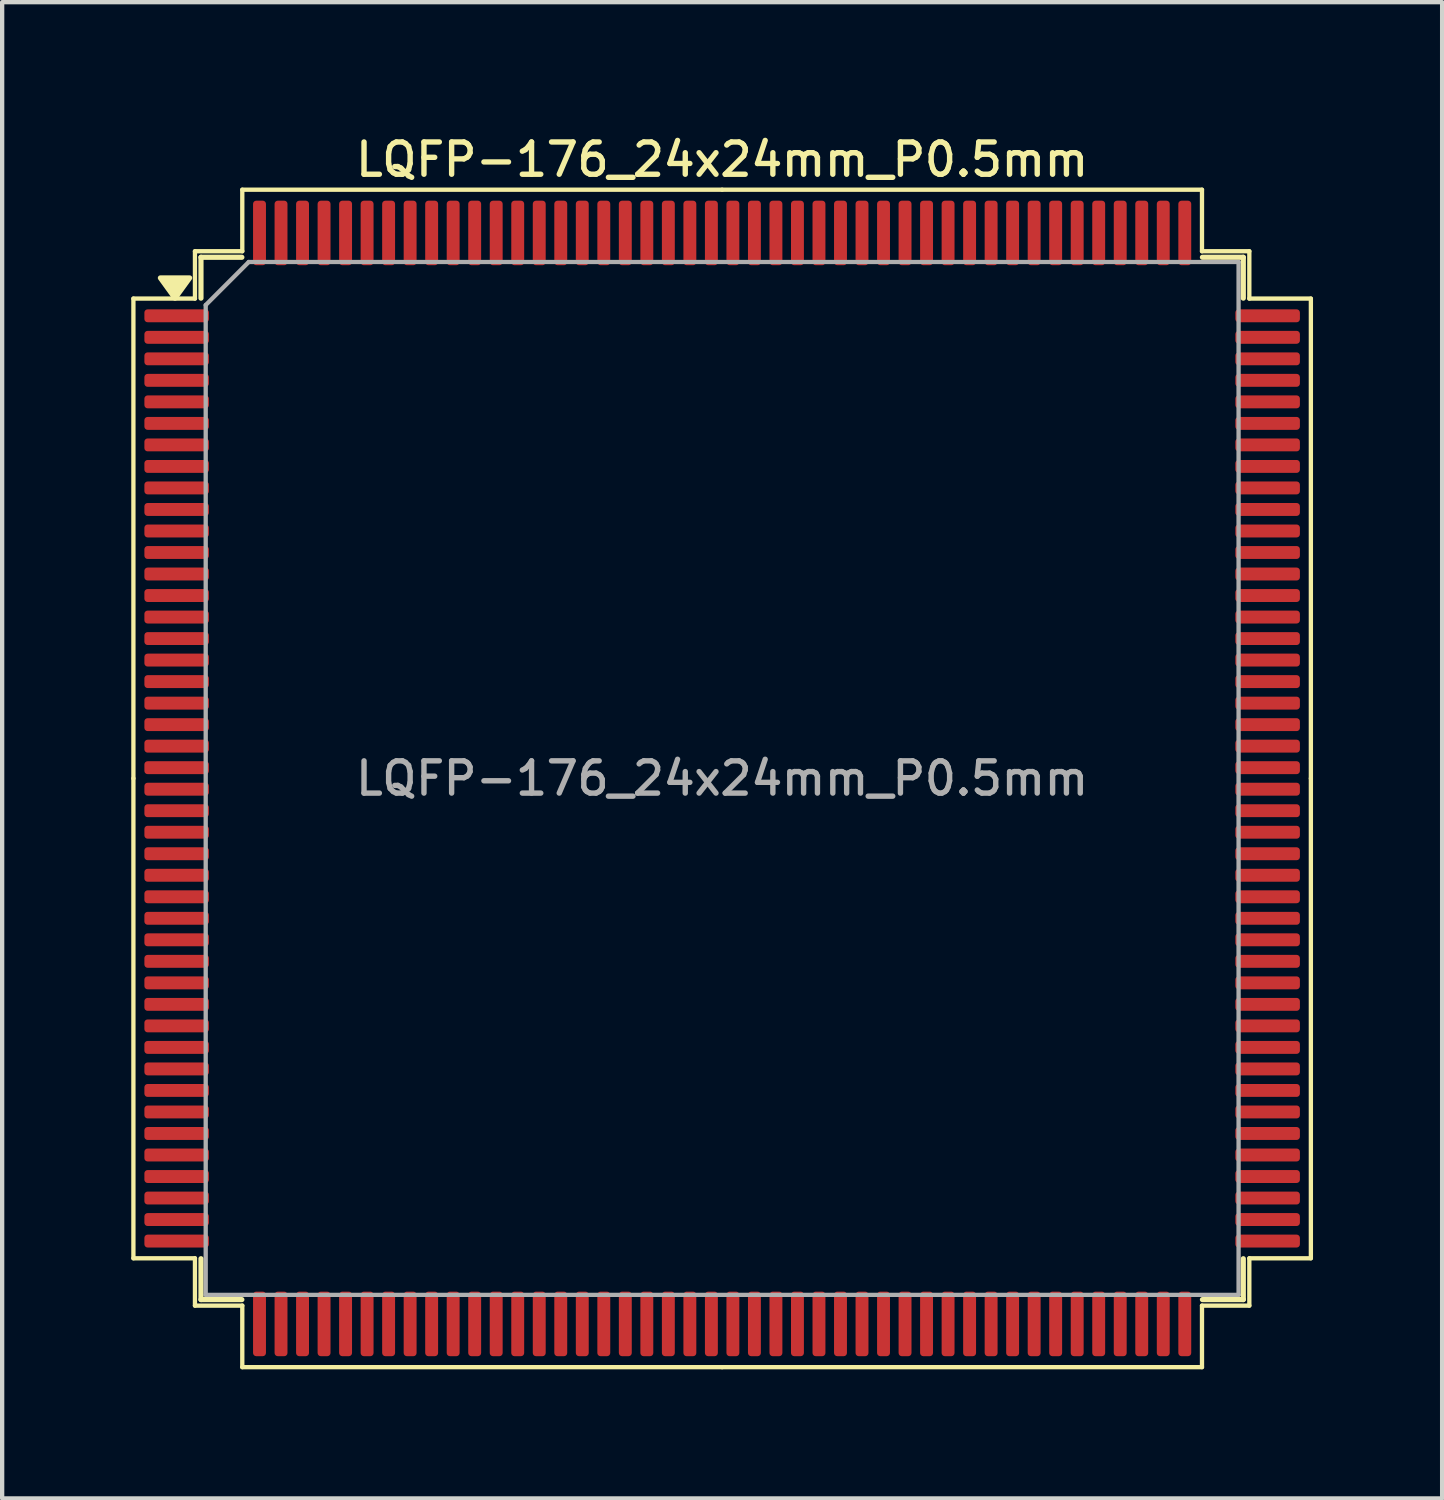
<source format=kicad_pcb>
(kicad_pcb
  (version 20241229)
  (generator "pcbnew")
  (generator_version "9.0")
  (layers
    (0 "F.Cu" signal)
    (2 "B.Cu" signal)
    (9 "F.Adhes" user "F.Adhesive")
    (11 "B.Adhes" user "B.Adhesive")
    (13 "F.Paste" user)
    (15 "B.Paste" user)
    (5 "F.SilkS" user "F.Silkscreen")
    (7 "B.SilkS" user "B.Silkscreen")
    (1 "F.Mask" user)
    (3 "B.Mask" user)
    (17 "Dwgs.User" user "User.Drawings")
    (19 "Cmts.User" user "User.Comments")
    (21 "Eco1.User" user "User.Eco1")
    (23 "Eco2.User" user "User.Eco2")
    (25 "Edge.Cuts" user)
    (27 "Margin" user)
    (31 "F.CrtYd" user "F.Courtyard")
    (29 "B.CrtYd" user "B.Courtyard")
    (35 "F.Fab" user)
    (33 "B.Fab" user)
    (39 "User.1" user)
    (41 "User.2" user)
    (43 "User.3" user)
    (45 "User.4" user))
  (footprint "LQFP-176_24x24mm_P0.5mm"
    (layer "F.Cu")
    (at 13.73 15.038)
    (property "Reference" "LQFP-176_24x24mm_P0.5mm" (at 0 -14.38 0) (layer "F.SilkS") (effects (font (size 0.75 0.75) (thickness 0.125))))
    (attr smd)
    (fp_line (start -13.68 -11.15) (end -13.68 0) (stroke (width 0.1) (type solid)) (layer "F.SilkS"))
    (fp_line (start -13.68 11.15) (end -13.68 0) (stroke (width 0.1) (type solid)) (layer "F.SilkS"))
    (fp_line (start -12.25 -12.25) (end -12.25 -11.15) (stroke (width 0.1) (type solid)) (layer "F.SilkS"))
    (fp_line (start -12.25 -11.15) (end -13.68 -11.15) (stroke (width 0.1) (type solid)) (layer "F.SilkS"))
    (fp_line (start -12.25 11.15) (end -13.68 11.15) (stroke (width 0.1) (type solid)) (layer "F.SilkS"))
    (fp_line (start -12.25 12.25) (end -12.25 11.15) (stroke (width 0.1) (type solid)) (layer "F.SilkS"))
    (fp_line (start -12.11 -12.11) (end -12.11 -11.16) (stroke (width 0.12) (type solid)) (layer "F.SilkS"))
    (fp_line (start -12.11 12.11) (end -12.11 11.16) (stroke (width 0.12) (type solid)) (layer "F.SilkS"))
    (fp_line (start -11.16 -12.11) (end -12.11 -12.11) (stroke (width 0.12) (type solid)) (layer "F.SilkS"))
    (fp_line (start -11.16 12.11) (end -12.11 12.11) (stroke (width 0.12) (type solid)) (layer "F.SilkS"))
    (fp_line (start -11.15 -13.68) (end -11.15 -12.25) (stroke (width 0.1) (type solid)) (layer "F.SilkS"))
    (fp_line (start -11.15 -12.25) (end -12.25 -12.25) (stroke (width 0.1) (type solid)) (layer "F.SilkS"))
    (fp_line (start -11.15 12.25) (end -12.25 12.25) (stroke (width 0.1) (type solid)) (layer "F.SilkS"))
    (fp_line (start -11.15 13.68) (end -11.15 12.25) (stroke (width 0.1) (type solid)) (layer "F.SilkS"))
    (fp_line (start 0 -13.68) (end -11.15 -13.68) (stroke (width 0.1) (type solid)) (layer "F.SilkS"))
    (fp_line (start 0 -13.68) (end 11.15 -13.68) (stroke (width 0.1) (type solid)) (layer "F.SilkS"))
    (fp_line (start 0 13.68) (end -11.15 13.68) (stroke (width 0.1) (type solid)) (layer "F.SilkS"))
    (fp_line (start 0 13.68) (end 11.15 13.68) (stroke (width 0.1) (type solid)) (layer "F.SilkS"))
    (fp_line (start 11.15 -13.68) (end 11.15 -12.25) (stroke (width 0.1) (type solid)) (layer "F.SilkS"))
    (fp_line (start 11.15 -12.25) (end 12.25 -12.25) (stroke (width 0.1) (type solid)) (layer "F.SilkS"))
    (fp_line (start 11.15 12.25) (end 12.25 12.25) (stroke (width 0.1) (type solid)) (layer "F.SilkS"))
    (fp_line (start 11.15 13.68) (end 11.15 12.25) (stroke (width 0.1) (type solid)) (layer "F.SilkS"))
    (fp_line (start 11.16 -12.11) (end 12.11 -12.11) (stroke (width 0.12) (type solid)) (layer "F.SilkS"))
    (fp_line (start 11.16 12.11) (end 12.11 12.11) (stroke (width 0.12) (type solid)) (layer "F.SilkS"))
    (fp_line (start 12.11 -12.11) (end 12.11 -11.16) (stroke (width 0.12) (type solid)) (layer "F.SilkS"))
    (fp_line (start 12.11 12.11) (end 12.11 11.16) (stroke (width 0.12) (type solid)) (layer "F.SilkS"))
    (fp_line (start 12.25 -12.25) (end 12.25 -11.15) (stroke (width 0.1) (type solid)) (layer "F.SilkS"))
    (fp_line (start 12.25 -11.15) (end 13.68 -11.15) (stroke (width 0.1) (type solid)) (layer "F.SilkS"))
    (fp_line (start 12.25 11.15) (end 13.68 11.15) (stroke (width 0.1) (type solid)) (layer "F.SilkS"))
    (fp_line (start 12.25 12.25) (end 12.25 11.15) (stroke (width 0.1) (type solid)) (layer "F.SilkS"))
    (fp_line (start 13.68 -11.15) (end 13.68 0) (stroke (width 0.1) (type solid)) (layer "F.SilkS"))
    (fp_line (start 13.68 11.15) (end 13.68 0) (stroke (width 0.1) (type solid)) (layer "F.SilkS"))
    (fp_poly (pts (xy -12.713 -11.16) (xy -13.053 -11.63) (xy -12.373 -11.63) (xy -12.713 -11.16)) (stroke (width 0.12) (type solid)) (fill yes) (layer "F.SilkS"))
    (fp_line (start -12 -11) (end -11 -12) (stroke (width 0.1) (type solid)) (layer "F.Fab"))
    (fp_line (start -12 12) (end -12 -11) (stroke (width 0.1) (type solid)) (layer "F.Fab"))
    (fp_line (start -11 -12) (end 12 -12) (stroke (width 0.1) (type solid)) (layer "F.Fab"))
    (fp_line (start 12 -12) (end 12 12) (stroke (width 0.1) (type solid)) (layer "F.Fab"))
    (fp_line (start 12 12) (end -12 12) (stroke (width 0.1) (type solid)) (layer "F.Fab"))
    (fp_text user "${REFERENCE}" (at 0 0 0) (layer "F.Fab") (effects (font (size 0.75 0.75) (thickness 0.125))))
    (pad "1" smd roundrect (at -12.675 -10.75) (size 1.5 0.3) (layers "F.Cu" "F.Mask" "F.Paste") (roundrect_rratio 0.25))
    (pad "2" smd roundrect (at -12.675 -10.25) (size 1.5 0.3) (layers "F.Cu" "F.Mask" "F.Paste") (roundrect_rratio 0.25))
    (pad "3" smd roundrect (at -12.675 -9.75) (size 1.5 0.3) (layers "F.Cu" "F.Mask" "F.Paste") (roundrect_rratio 0.25))
    (pad "4" smd roundrect (at -12.675 -9.25) (size 1.5 0.3) (layers "F.Cu" "F.Mask" "F.Paste") (roundrect_rratio 0.25))
    (pad "5" smd roundrect (at -12.675 -8.75) (size 1.5 0.3) (layers "F.Cu" "F.Mask" "F.Paste") (roundrect_rratio 0.25))
    (pad "6" smd roundrect (at -12.675 -8.25) (size 1.5 0.3) (layers "F.Cu" "F.Mask" "F.Paste") (roundrect_rratio 0.25))
    (pad "7" smd roundrect (at -12.675 -7.75) (size 1.5 0.3) (layers "F.Cu" "F.Mask" "F.Paste") (roundrect_rratio 0.25))
    (pad "8" smd roundrect (at -12.675 -7.25) (size 1.5 0.3) (layers "F.Cu" "F.Mask" "F.Paste") (roundrect_rratio 0.25))
    (pad "9" smd roundrect (at -12.675 -6.75) (size 1.5 0.3) (layers "F.Cu" "F.Mask" "F.Paste") (roundrect_rratio 0.25))
    (pad "10" smd roundrect (at -12.675 -6.25) (size 1.5 0.3) (layers "F.Cu" "F.Mask" "F.Paste") (roundrect_rratio 0.25))
    (pad "11" smd roundrect (at -12.675 -5.75) (size 1.5 0.3) (layers "F.Cu" "F.Mask" "F.Paste") (roundrect_rratio 0.25))
    (pad "12" smd roundrect (at -12.675 -5.25) (size 1.5 0.3) (layers "F.Cu" "F.Mask" "F.Paste") (roundrect_rratio 0.25))
    (pad "13" smd roundrect (at -12.675 -4.75) (size 1.5 0.3) (layers "F.Cu" "F.Mask" "F.Paste") (roundrect_rratio 0.25))
    (pad "14" smd roundrect (at -12.675 -4.25) (size 1.5 0.3) (layers "F.Cu" "F.Mask" "F.Paste") (roundrect_rratio 0.25))
    (pad "15" smd roundrect (at -12.675 -3.75) (size 1.5 0.3) (layers "F.Cu" "F.Mask" "F.Paste") (roundrect_rratio 0.25))
    (pad "16" smd roundrect (at -12.675 -3.25) (size 1.5 0.3) (layers "F.Cu" "F.Mask" "F.Paste") (roundrect_rratio 0.25))
    (pad "17" smd roundrect (at -12.675 -2.75) (size 1.5 0.3) (layers "F.Cu" "F.Mask" "F.Paste") (roundrect_rratio 0.25))
    (pad "18" smd roundrect (at -12.675 -2.25) (size 1.5 0.3) (layers "F.Cu" "F.Mask" "F.Paste") (roundrect_rratio 0.25))
    (pad "19" smd roundrect (at -12.675 -1.75) (size 1.5 0.3) (layers "F.Cu" "F.Mask" "F.Paste") (roundrect_rratio 0.25))
    (pad "20" smd roundrect (at -12.675 -1.25) (size 1.5 0.3) (layers "F.Cu" "F.Mask" "F.Paste") (roundrect_rratio 0.25))
    (pad "21" smd roundrect (at -12.675 -0.75) (size 1.5 0.3) (layers "F.Cu" "F.Mask" "F.Paste") (roundrect_rratio 0.25))
    (pad "22" smd roundrect (at -12.675 -0.25) (size 1.5 0.3) (layers "F.Cu" "F.Mask" "F.Paste") (roundrect_rratio 0.25))
    (pad "23" smd roundrect (at -12.675 0.25) (size 1.5 0.3) (layers "F.Cu" "F.Mask" "F.Paste") (roundrect_rratio 0.25))
    (pad "24" smd roundrect (at -12.675 0.75) (size 1.5 0.3) (layers "F.Cu" "F.Mask" "F.Paste") (roundrect_rratio 0.25))
    (pad "25" smd roundrect (at -12.675 1.25) (size 1.5 0.3) (layers "F.Cu" "F.Mask" "F.Paste") (roundrect_rratio 0.25))
    (pad "26" smd roundrect (at -12.675 1.75) (size 1.5 0.3) (layers "F.Cu" "F.Mask" "F.Paste") (roundrect_rratio 0.25))
    (pad "27" smd roundrect (at -12.675 2.25) (size 1.5 0.3) (layers "F.Cu" "F.Mask" "F.Paste") (roundrect_rratio 0.25))
    (pad "28" smd roundrect (at -12.675 2.75) (size 1.5 0.3) (layers "F.Cu" "F.Mask" "F.Paste") (roundrect_rratio 0.25))
    (pad "29" smd roundrect (at -12.675 3.25) (size 1.5 0.3) (layers "F.Cu" "F.Mask" "F.Paste") (roundrect_rratio 0.25))
    (pad "30" smd roundrect (at -12.675 3.75) (size 1.5 0.3) (layers "F.Cu" "F.Mask" "F.Paste") (roundrect_rratio 0.25))
    (pad "31" smd roundrect (at -12.675 4.25) (size 1.5 0.3) (layers "F.Cu" "F.Mask" "F.Paste") (roundrect_rratio 0.25))
    (pad "32" smd roundrect (at -12.675 4.75) (size 1.5 0.3) (layers "F.Cu" "F.Mask" "F.Paste") (roundrect_rratio 0.25))
    (pad "33" smd roundrect (at -12.675 5.25) (size 1.5 0.3) (layers "F.Cu" "F.Mask" "F.Paste") (roundrect_rratio 0.25))
    (pad "34" smd roundrect (at -12.675 5.75) (size 1.5 0.3) (layers "F.Cu" "F.Mask" "F.Paste") (roundrect_rratio 0.25))
    (pad "35" smd roundrect (at -12.675 6.25) (size 1.5 0.3) (layers "F.Cu" "F.Mask" "F.Paste") (roundrect_rratio 0.25))
    (pad "36" smd roundrect (at -12.675 6.75) (size 1.5 0.3) (layers "F.Cu" "F.Mask" "F.Paste") (roundrect_rratio 0.25))
    (pad "37" smd roundrect (at -12.675 7.25) (size 1.5 0.3) (layers "F.Cu" "F.Mask" "F.Paste") (roundrect_rratio 0.25))
    (pad "38" smd roundrect (at -12.675 7.75) (size 1.5 0.3) (layers "F.Cu" "F.Mask" "F.Paste") (roundrect_rratio 0.25))
    (pad "39" smd roundrect (at -12.675 8.25) (size 1.5 0.3) (layers "F.Cu" "F.Mask" "F.Paste") (roundrect_rratio 0.25))
    (pad "40" smd roundrect (at -12.675 8.75) (size 1.5 0.3) (layers "F.Cu" "F.Mask" "F.Paste") (roundrect_rratio 0.25))
    (pad "41" smd roundrect (at -12.675 9.25) (size 1.5 0.3) (layers "F.Cu" "F.Mask" "F.Paste") (roundrect_rratio 0.25))
    (pad "42" smd roundrect (at -12.675 9.75) (size 1.5 0.3) (layers "F.Cu" "F.Mask" "F.Paste") (roundrect_rratio 0.25))
    (pad "43" smd roundrect (at -12.675 10.25) (size 1.5 0.3) (layers "F.Cu" "F.Mask" "F.Paste") (roundrect_rratio 0.25))
    (pad "44" smd roundrect (at -12.675 10.75) (size 1.5 0.3) (layers "F.Cu" "F.Mask" "F.Paste") (roundrect_rratio 0.25))
    (pad "45" smd roundrect (at -10.75 12.675) (size 0.3 1.5) (layers "F.Cu" "F.Mask" "F.Paste") (roundrect_rratio 0.25))
    (pad "46" smd roundrect (at -10.25 12.675) (size 0.3 1.5) (layers "F.Cu" "F.Mask" "F.Paste") (roundrect_rratio 0.25))
    (pad "47" smd roundrect (at -9.75 12.675) (size 0.3 1.5) (layers "F.Cu" "F.Mask" "F.Paste") (roundrect_rratio 0.25))
    (pad "48" smd roundrect (at -9.25 12.675) (size 0.3 1.5) (layers "F.Cu" "F.Mask" "F.Paste") (roundrect_rratio 0.25))
    (pad "49" smd roundrect (at -8.75 12.675) (size 0.3 1.5) (layers "F.Cu" "F.Mask" "F.Paste") (roundrect_rratio 0.25))
    (pad "50" smd roundrect (at -8.25 12.675) (size 0.3 1.5) (layers "F.Cu" "F.Mask" "F.Paste") (roundrect_rratio 0.25))
    (pad "51" smd roundrect (at -7.75 12.675) (size 0.3 1.5) (layers "F.Cu" "F.Mask" "F.Paste") (roundrect_rratio 0.25))
    (pad "52" smd roundrect (at -7.25 12.675) (size 0.3 1.5) (layers "F.Cu" "F.Mask" "F.Paste") (roundrect_rratio 0.25))
    (pad "53" smd roundrect (at -6.75 12.675) (size 0.3 1.5) (layers "F.Cu" "F.Mask" "F.Paste") (roundrect_rratio 0.25))
    (pad "54" smd roundrect (at -6.25 12.675) (size 0.3 1.5) (layers "F.Cu" "F.Mask" "F.Paste") (roundrect_rratio 0.25))
    (pad "55" smd roundrect (at -5.75 12.675) (size 0.3 1.5) (layers "F.Cu" "F.Mask" "F.Paste") (roundrect_rratio 0.25))
    (pad "56" smd roundrect (at -5.25 12.675) (size 0.3 1.5) (layers "F.Cu" "F.Mask" "F.Paste") (roundrect_rratio 0.25))
    (pad "57" smd roundrect (at -4.75 12.675) (size 0.3 1.5) (layers "F.Cu" "F.Mask" "F.Paste") (roundrect_rratio 0.25))
    (pad "58" smd roundrect (at -4.25 12.675) (size 0.3 1.5) (layers "F.Cu" "F.Mask" "F.Paste") (roundrect_rratio 0.25))
    (pad "59" smd roundrect (at -3.75 12.675) (size 0.3 1.5) (layers "F.Cu" "F.Mask" "F.Paste") (roundrect_rratio 0.25))
    (pad "60" smd roundrect (at -3.25 12.675) (size 0.3 1.5) (layers "F.Cu" "F.Mask" "F.Paste") (roundrect_rratio 0.25))
    (pad "61" smd roundrect (at -2.75 12.675) (size 0.3 1.5) (layers "F.Cu" "F.Mask" "F.Paste") (roundrect_rratio 0.25))
    (pad "62" smd roundrect (at -2.25 12.675) (size 0.3 1.5) (layers "F.Cu" "F.Mask" "F.Paste") (roundrect_rratio 0.25))
    (pad "63" smd roundrect (at -1.75 12.675) (size 0.3 1.5) (layers "F.Cu" "F.Mask" "F.Paste") (roundrect_rratio 0.25))
    (pad "64" smd roundrect (at -1.25 12.675) (size 0.3 1.5) (layers "F.Cu" "F.Mask" "F.Paste") (roundrect_rratio 0.25))
    (pad "65" smd roundrect (at -0.75 12.675) (size 0.3 1.5) (layers "F.Cu" "F.Mask" "F.Paste") (roundrect_rratio 0.25))
    (pad "66" smd roundrect (at -0.25 12.675) (size 0.3 1.5) (layers "F.Cu" "F.Mask" "F.Paste") (roundrect_rratio 0.25))
    (pad "67" smd roundrect (at 0.25 12.675) (size 0.3 1.5) (layers "F.Cu" "F.Mask" "F.Paste") (roundrect_rratio 0.25))
    (pad "68" smd roundrect (at 0.75 12.675) (size 0.3 1.5) (layers "F.Cu" "F.Mask" "F.Paste") (roundrect_rratio 0.25))
    (pad "69" smd roundrect (at 1.25 12.675) (size 0.3 1.5) (layers "F.Cu" "F.Mask" "F.Paste") (roundrect_rratio 0.25))
    (pad "70" smd roundrect (at 1.75 12.675) (size 0.3 1.5) (layers "F.Cu" "F.Mask" "F.Paste") (roundrect_rratio 0.25))
    (pad "71" smd roundrect (at 2.25 12.675) (size 0.3 1.5) (layers "F.Cu" "F.Mask" "F.Paste") (roundrect_rratio 0.25))
    (pad "72" smd roundrect (at 2.75 12.675) (size 0.3 1.5) (layers "F.Cu" "F.Mask" "F.Paste") (roundrect_rratio 0.25))
    (pad "73" smd roundrect (at 3.25 12.675) (size 0.3 1.5) (layers "F.Cu" "F.Mask" "F.Paste") (roundrect_rratio 0.25))
    (pad "74" smd roundrect (at 3.75 12.675) (size 0.3 1.5) (layers "F.Cu" "F.Mask" "F.Paste") (roundrect_rratio 0.25))
    (pad "75" smd roundrect (at 4.25 12.675) (size 0.3 1.5) (layers "F.Cu" "F.Mask" "F.Paste") (roundrect_rratio 0.25))
    (pad "76" smd roundrect (at 4.75 12.675) (size 0.3 1.5) (layers "F.Cu" "F.Mask" "F.Paste") (roundrect_rratio 0.25))
    (pad "77" smd roundrect (at 5.25 12.675) (size 0.3 1.5) (layers "F.Cu" "F.Mask" "F.Paste") (roundrect_rratio 0.25))
    (pad "78" smd roundrect (at 5.75 12.675) (size 0.3 1.5) (layers "F.Cu" "F.Mask" "F.Paste") (roundrect_rratio 0.25))
    (pad "79" smd roundrect (at 6.25 12.675) (size 0.3 1.5) (layers "F.Cu" "F.Mask" "F.Paste") (roundrect_rratio 0.25))
    (pad "80" smd roundrect (at 6.75 12.675) (size 0.3 1.5) (layers "F.Cu" "F.Mask" "F.Paste") (roundrect_rratio 0.25))
    (pad "81" smd roundrect (at 7.25 12.675) (size 0.3 1.5) (layers "F.Cu" "F.Mask" "F.Paste") (roundrect_rratio 0.25))
    (pad "82" smd roundrect (at 7.75 12.675) (size 0.3 1.5) (layers "F.Cu" "F.Mask" "F.Paste") (roundrect_rratio 0.25))
    (pad "83" smd roundrect (at 8.25 12.675) (size 0.3 1.5) (layers "F.Cu" "F.Mask" "F.Paste") (roundrect_rratio 0.25))
    (pad "84" smd roundrect (at 8.75 12.675) (size 0.3 1.5) (layers "F.Cu" "F.Mask" "F.Paste") (roundrect_rratio 0.25))
    (pad "85" smd roundrect (at 9.25 12.675) (size 0.3 1.5) (layers "F.Cu" "F.Mask" "F.Paste") (roundrect_rratio 0.25))
    (pad "86" smd roundrect (at 9.75 12.675) (size 0.3 1.5) (layers "F.Cu" "F.Mask" "F.Paste") (roundrect_rratio 0.25))
    (pad "87" smd roundrect (at 10.25 12.675) (size 0.3 1.5) (layers "F.Cu" "F.Mask" "F.Paste") (roundrect_rratio 0.25))
    (pad "88" smd roundrect (at 10.75 12.675) (size 0.3 1.5) (layers "F.Cu" "F.Mask" "F.Paste") (roundrect_rratio 0.25))
    (pad "89" smd roundrect (at 12.675 10.75) (size 1.5 0.3) (layers "F.Cu" "F.Mask" "F.Paste") (roundrect_rratio 0.25))
    (pad "90" smd roundrect (at 12.675 10.25) (size 1.5 0.3) (layers "F.Cu" "F.Mask" "F.Paste") (roundrect_rratio 0.25))
    (pad "91" smd roundrect (at 12.675 9.75) (size 1.5 0.3) (layers "F.Cu" "F.Mask" "F.Paste") (roundrect_rratio 0.25))
    (pad "92" smd roundrect (at 12.675 9.25) (size 1.5 0.3) (layers "F.Cu" "F.Mask" "F.Paste") (roundrect_rratio 0.25))
    (pad "93" smd roundrect (at 12.675 8.75) (size 1.5 0.3) (layers "F.Cu" "F.Mask" "F.Paste") (roundrect_rratio 0.25))
    (pad "94" smd roundrect (at 12.675 8.25) (size 1.5 0.3) (layers "F.Cu" "F.Mask" "F.Paste") (roundrect_rratio 0.25))
    (pad "95" smd roundrect (at 12.675 7.75) (size 1.5 0.3) (layers "F.Cu" "F.Mask" "F.Paste") (roundrect_rratio 0.25))
    (pad "96" smd roundrect (at 12.675 7.25) (size 1.5 0.3) (layers "F.Cu" "F.Mask" "F.Paste") (roundrect_rratio 0.25))
    (pad "97" smd roundrect (at 12.675 6.75) (size 1.5 0.3) (layers "F.Cu" "F.Mask" "F.Paste") (roundrect_rratio 0.25))
    (pad "98" smd roundrect (at 12.675 6.25) (size 1.5 0.3) (layers "F.Cu" "F.Mask" "F.Paste") (roundrect_rratio 0.25))
    (pad "99" smd roundrect (at 12.675 5.75) (size 1.5 0.3) (layers "F.Cu" "F.Mask" "F.Paste") (roundrect_rratio 0.25))
    (pad "100" smd roundrect (at 12.675 5.25) (size 1.5 0.3) (layers "F.Cu" "F.Mask" "F.Paste") (roundrect_rratio 0.25))
    (pad "101" smd roundrect (at 12.675 4.75) (size 1.5 0.3) (layers "F.Cu" "F.Mask" "F.Paste") (roundrect_rratio 0.25))
    (pad "102" smd roundrect (at 12.675 4.25) (size 1.5 0.3) (layers "F.Cu" "F.Mask" "F.Paste") (roundrect_rratio 0.25))
    (pad "103" smd roundrect (at 12.675 3.75) (size 1.5 0.3) (layers "F.Cu" "F.Mask" "F.Paste") (roundrect_rratio 0.25))
    (pad "104" smd roundrect (at 12.675 3.25) (size 1.5 0.3) (layers "F.Cu" "F.Mask" "F.Paste") (roundrect_rratio 0.25))
    (pad "105" smd roundrect (at 12.675 2.75) (size 1.5 0.3) (layers "F.Cu" "F.Mask" "F.Paste") (roundrect_rratio 0.25))
    (pad "106" smd roundrect (at 12.675 2.25) (size 1.5 0.3) (layers "F.Cu" "F.Mask" "F.Paste") (roundrect_rratio 0.25))
    (pad "107" smd roundrect (at 12.675 1.75) (size 1.5 0.3) (layers "F.Cu" "F.Mask" "F.Paste") (roundrect_rratio 0.25))
    (pad "108" smd roundrect (at 12.675 1.25) (size 1.5 0.3) (layers "F.Cu" "F.Mask" "F.Paste") (roundrect_rratio 0.25))
    (pad "109" smd roundrect (at 12.675 0.75) (size 1.5 0.3) (layers "F.Cu" "F.Mask" "F.Paste") (roundrect_rratio 0.25))
    (pad "110" smd roundrect (at 12.675 0.25) (size 1.5 0.3) (layers "F.Cu" "F.Mask" "F.Paste") (roundrect_rratio 0.25))
    (pad "111" smd roundrect (at 12.675 -0.25) (size 1.5 0.3) (layers "F.Cu" "F.Mask" "F.Paste") (roundrect_rratio 0.25))
    (pad "112" smd roundrect (at 12.675 -0.75) (size 1.5 0.3) (layers "F.Cu" "F.Mask" "F.Paste") (roundrect_rratio 0.25))
    (pad "113" smd roundrect (at 12.675 -1.25) (size 1.5 0.3) (layers "F.Cu" "F.Mask" "F.Paste") (roundrect_rratio 0.25))
    (pad "114" smd roundrect (at 12.675 -1.75) (size 1.5 0.3) (layers "F.Cu" "F.Mask" "F.Paste") (roundrect_rratio 0.25))
    (pad "115" smd roundrect (at 12.675 -2.25) (size 1.5 0.3) (layers "F.Cu" "F.Mask" "F.Paste") (roundrect_rratio 0.25))
    (pad "116" smd roundrect (at 12.675 -2.75) (size 1.5 0.3) (layers "F.Cu" "F.Mask" "F.Paste") (roundrect_rratio 0.25))
    (pad "117" smd roundrect (at 12.675 -3.25) (size 1.5 0.3) (layers "F.Cu" "F.Mask" "F.Paste") (roundrect_rratio 0.25))
    (pad "118" smd roundrect (at 12.675 -3.75) (size 1.5 0.3) (layers "F.Cu" "F.Mask" "F.Paste") (roundrect_rratio 0.25))
    (pad "119" smd roundrect (at 12.675 -4.25) (size 1.5 0.3) (layers "F.Cu" "F.Mask" "F.Paste") (roundrect_rratio 0.25))
    (pad "120" smd roundrect (at 12.675 -4.75) (size 1.5 0.3) (layers "F.Cu" "F.Mask" "F.Paste") (roundrect_rratio 0.25))
    (pad "121" smd roundrect (at 12.675 -5.25) (size 1.5 0.3) (layers "F.Cu" "F.Mask" "F.Paste") (roundrect_rratio 0.25))
    (pad "122" smd roundrect (at 12.675 -5.75) (size 1.5 0.3) (layers "F.Cu" "F.Mask" "F.Paste") (roundrect_rratio 0.25))
    (pad "123" smd roundrect (at 12.675 -6.25) (size 1.5 0.3) (layers "F.Cu" "F.Mask" "F.Paste") (roundrect_rratio 0.25))
    (pad "124" smd roundrect (at 12.675 -6.75) (size 1.5 0.3) (layers "F.Cu" "F.Mask" "F.Paste") (roundrect_rratio 0.25))
    (pad "125" smd roundrect (at 12.675 -7.25) (size 1.5 0.3) (layers "F.Cu" "F.Mask" "F.Paste") (roundrect_rratio 0.25))
    (pad "126" smd roundrect (at 12.675 -7.75) (size 1.5 0.3) (layers "F.Cu" "F.Mask" "F.Paste") (roundrect_rratio 0.25))
    (pad "127" smd roundrect (at 12.675 -8.25) (size 1.5 0.3) (layers "F.Cu" "F.Mask" "F.Paste") (roundrect_rratio 0.25))
    (pad "128" smd roundrect (at 12.675 -8.75) (size 1.5 0.3) (layers "F.Cu" "F.Mask" "F.Paste") (roundrect_rratio 0.25))
    (pad "129" smd roundrect (at 12.675 -9.25) (size 1.5 0.3) (layers "F.Cu" "F.Mask" "F.Paste") (roundrect_rratio 0.25))
    (pad "130" smd roundrect (at 12.675 -9.75) (size 1.5 0.3) (layers "F.Cu" "F.Mask" "F.Paste") (roundrect_rratio 0.25))
    (pad "131" smd roundrect (at 12.675 -10.25) (size 1.5 0.3) (layers "F.Cu" "F.Mask" "F.Paste") (roundrect_rratio 0.25))
    (pad "132" smd roundrect (at 12.675 -10.75) (size 1.5 0.3) (layers "F.Cu" "F.Mask" "F.Paste") (roundrect_rratio 0.25))
    (pad "133" smd roundrect (at 10.75 -12.675) (size 0.3 1.5) (layers "F.Cu" "F.Mask" "F.Paste") (roundrect_rratio 0.25))
    (pad "134" smd roundrect (at 10.25 -12.675) (size 0.3 1.5) (layers "F.Cu" "F.Mask" "F.Paste") (roundrect_rratio 0.25))
    (pad "135" smd roundrect (at 9.75 -12.675) (size 0.3 1.5) (layers "F.Cu" "F.Mask" "F.Paste") (roundrect_rratio 0.25))
    (pad "136" smd roundrect (at 9.25 -12.675) (size 0.3 1.5) (layers "F.Cu" "F.Mask" "F.Paste") (roundrect_rratio 0.25))
    (pad "137" smd roundrect (at 8.75 -12.675) (size 0.3 1.5) (layers "F.Cu" "F.Mask" "F.Paste") (roundrect_rratio 0.25))
    (pad "138" smd roundrect (at 8.25 -12.675) (size 0.3 1.5) (layers "F.Cu" "F.Mask" "F.Paste") (roundrect_rratio 0.25))
    (pad "139" smd roundrect (at 7.75 -12.675) (size 0.3 1.5) (layers "F.Cu" "F.Mask" "F.Paste") (roundrect_rratio 0.25))
    (pad "140" smd roundrect (at 7.25 -12.675) (size 0.3 1.5) (layers "F.Cu" "F.Mask" "F.Paste") (roundrect_rratio 0.25))
    (pad "141" smd roundrect (at 6.75 -12.675) (size 0.3 1.5) (layers "F.Cu" "F.Mask" "F.Paste") (roundrect_rratio 0.25))
    (pad "142" smd roundrect (at 6.25 -12.675) (size 0.3 1.5) (layers "F.Cu" "F.Mask" "F.Paste") (roundrect_rratio 0.25))
    (pad "143" smd roundrect (at 5.75 -12.675) (size 0.3 1.5) (layers "F.Cu" "F.Mask" "F.Paste") (roundrect_rratio 0.25))
    (pad "144" smd roundrect (at 5.25 -12.675) (size 0.3 1.5) (layers "F.Cu" "F.Mask" "F.Paste") (roundrect_rratio 0.25))
    (pad "145" smd roundrect (at 4.75 -12.675) (size 0.3 1.5) (layers "F.Cu" "F.Mask" "F.Paste") (roundrect_rratio 0.25))
    (pad "146" smd roundrect (at 4.25 -12.675) (size 0.3 1.5) (layers "F.Cu" "F.Mask" "F.Paste") (roundrect_rratio 0.25))
    (pad "147" smd roundrect (at 3.75 -12.675) (size 0.3 1.5) (layers "F.Cu" "F.Mask" "F.Paste") (roundrect_rratio 0.25))
    (pad "148" smd roundrect (at 3.25 -12.675) (size 0.3 1.5) (layers "F.Cu" "F.Mask" "F.Paste") (roundrect_rratio 0.25))
    (pad "149" smd roundrect (at 2.75 -12.675) (size 0.3 1.5) (layers "F.Cu" "F.Mask" "F.Paste") (roundrect_rratio 0.25))
    (pad "150" smd roundrect (at 2.25 -12.675) (size 0.3 1.5) (layers "F.Cu" "F.Mask" "F.Paste") (roundrect_rratio 0.25))
    (pad "151" smd roundrect (at 1.75 -12.675) (size 0.3 1.5) (layers "F.Cu" "F.Mask" "F.Paste") (roundrect_rratio 0.25))
    (pad "152" smd roundrect (at 1.25 -12.675) (size 0.3 1.5) (layers "F.Cu" "F.Mask" "F.Paste") (roundrect_rratio 0.25))
    (pad "153" smd roundrect (at 0.75 -12.675) (size 0.3 1.5) (layers "F.Cu" "F.Mask" "F.Paste") (roundrect_rratio 0.25))
    (pad "154" smd roundrect (at 0.25 -12.675) (size 0.3 1.5) (layers "F.Cu" "F.Mask" "F.Paste") (roundrect_rratio 0.25))
    (pad "155" smd roundrect (at -0.25 -12.675) (size 0.3 1.5) (layers "F.Cu" "F.Mask" "F.Paste") (roundrect_rratio 0.25))
    (pad "156" smd roundrect (at -0.75 -12.675) (size 0.3 1.5) (layers "F.Cu" "F.Mask" "F.Paste") (roundrect_rratio 0.25))
    (pad "157" smd roundrect (at -1.25 -12.675) (size 0.3 1.5) (layers "F.Cu" "F.Mask" "F.Paste") (roundrect_rratio 0.25))
    (pad "158" smd roundrect (at -1.75 -12.675) (size 0.3 1.5) (layers "F.Cu" "F.Mask" "F.Paste") (roundrect_rratio 0.25))
    (pad "159" smd roundrect (at -2.25 -12.675) (size 0.3 1.5) (layers "F.Cu" "F.Mask" "F.Paste") (roundrect_rratio 0.25))
    (pad "160" smd roundrect (at -2.75 -12.675) (size 0.3 1.5) (layers "F.Cu" "F.Mask" "F.Paste") (roundrect_rratio 0.25))
    (pad "161" smd roundrect (at -3.25 -12.675) (size 0.3 1.5) (layers "F.Cu" "F.Mask" "F.Paste") (roundrect_rratio 0.25))
    (pad "162" smd roundrect (at -3.75 -12.675) (size 0.3 1.5) (layers "F.Cu" "F.Mask" "F.Paste") (roundrect_rratio 0.25))
    (pad "163" smd roundrect (at -4.25 -12.675) (size 0.3 1.5) (layers "F.Cu" "F.Mask" "F.Paste") (roundrect_rratio 0.25))
    (pad "164" smd roundrect (at -4.75 -12.675) (size 0.3 1.5) (layers "F.Cu" "F.Mask" "F.Paste") (roundrect_rratio 0.25))
    (pad "165" smd roundrect (at -5.25 -12.675) (size 0.3 1.5) (layers "F.Cu" "F.Mask" "F.Paste") (roundrect_rratio 0.25))
    (pad "166" smd roundrect (at -5.75 -12.675) (size 0.3 1.5) (layers "F.Cu" "F.Mask" "F.Paste") (roundrect_rratio 0.25))
    (pad "167" smd roundrect (at -6.25 -12.675) (size 0.3 1.5) (layers "F.Cu" "F.Mask" "F.Paste") (roundrect_rratio 0.25))
    (pad "168" smd roundrect (at -6.75 -12.675) (size 0.3 1.5) (layers "F.Cu" "F.Mask" "F.Paste") (roundrect_rratio 0.25))
    (pad "169" smd roundrect (at -7.25 -12.675) (size 0.3 1.5) (layers "F.Cu" "F.Mask" "F.Paste") (roundrect_rratio 0.25))
    (pad "170" smd roundrect (at -7.75 -12.675) (size 0.3 1.5) (layers "F.Cu" "F.Mask" "F.Paste") (roundrect_rratio 0.25))
    (pad "171" smd roundrect (at -8.25 -12.675) (size 0.3 1.5) (layers "F.Cu" "F.Mask" "F.Paste") (roundrect_rratio 0.25))
    (pad "172" smd roundrect (at -8.75 -12.675) (size 0.3 1.5) (layers "F.Cu" "F.Mask" "F.Paste") (roundrect_rratio 0.25))
    (pad "173" smd roundrect (at -9.25 -12.675) (size 0.3 1.5) (layers "F.Cu" "F.Mask" "F.Paste") (roundrect_rratio 0.25))
    (pad "174" smd roundrect (at -9.75 -12.675) (size 0.3 1.5) (layers "F.Cu" "F.Mask" "F.Paste") (roundrect_rratio 0.25))
    (pad "175" smd roundrect (at -10.25 -12.675) (size 0.3 1.5) (layers "F.Cu" "F.Mask" "F.Paste") (roundrect_rratio 0.25))
    (pad "176" smd roundrect (at -10.75 -12.675) (size 0.3 1.5) (layers "F.Cu" "F.Mask" "F.Paste") (roundrect_rratio 0.25)))
  (gr_rect
    (start -3 -3)
    (end 30.46 31.768)
    (stroke (width 0.1) (type default))
    (fill no)
    (layer "Edge.Cuts")))
</source>
